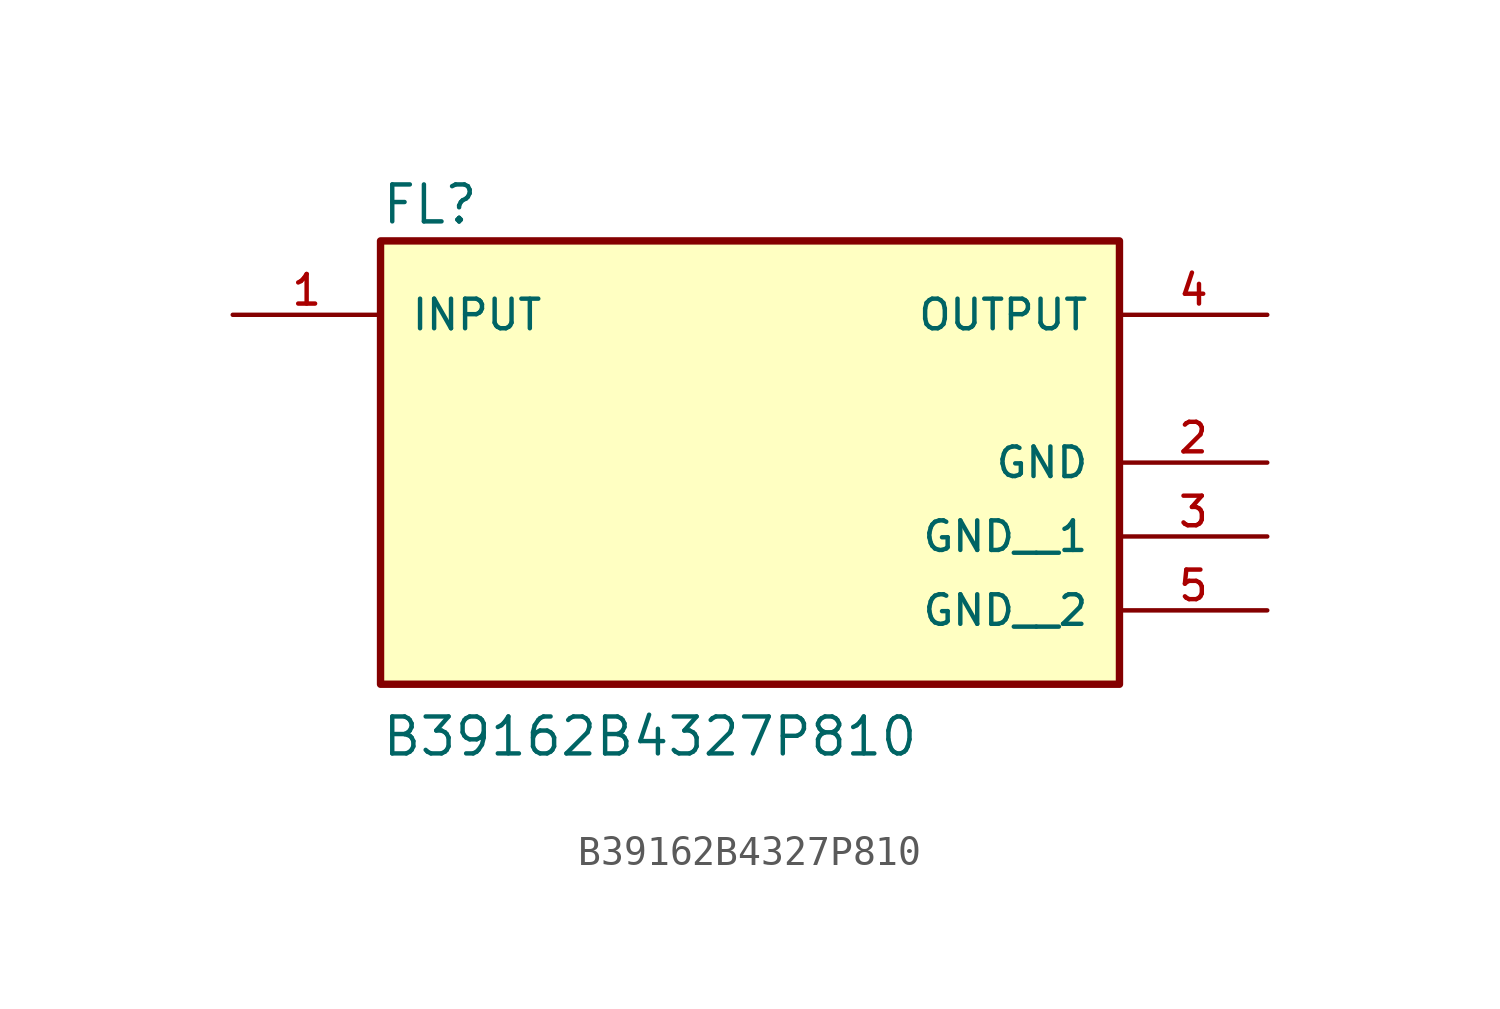
<source format=kicad_sym>
(kicad_symbol_lib
  (version 20211014)
  (generator kicad_symbol_editor)
  (symbol "B39162B4327P810"
    (pin_names
      (offset 1.016))
    (property "Reference" "FL"
      (at -12.7 5.588 0)
      (effects (font (size 1.27 1.27)) (justify bottom left)))
    (property "Value" "B39162B4327P810"
      (at -12.7 -12.7 0)
      (effects (font (size 1.27 1.27)) (justify bottom left)))
    (symbol "B39162B4327P810_0_0"
      (rectangle (start -12.7 -10.16) (end 12.7 5.08) (stroke (width 0.254)) (fill (type background)))
      (pin power_in line (at 17.78 -2.54 180.0) (length 5.08) (name "GND" (effects (font (size 1.016 1.016)))) (number "2" (effects (font (size 1.016 1.016)))))
      (pin output line (at 17.78 2.54 180.0) (length 5.08) (name "OUTPUT" (effects (font (size 1.016 1.016)))) (number "4" (effects (font (size 1.016 1.016)))))
      (pin input line (at -17.78 2.54 0) (length 5.08) (name "INPUT" (effects (font (size 1.016 1.016)))) (number "1" (effects (font (size 1.016 1.016)))))
      (pin power_in line (at 17.78 -5.08 180.0) (length 5.08) (name "GND__1" (effects (font (size 1.016 1.016)))) (number "3" (effects (font (size 1.016 1.016)))))
      (pin power_in line (at 17.78 -7.62 180.0) (length 5.08) (name "GND__2" (effects (font (size 1.016 1.016)))) (number "5" (effects (font (size 1.016 1.016))))))))
</source>
